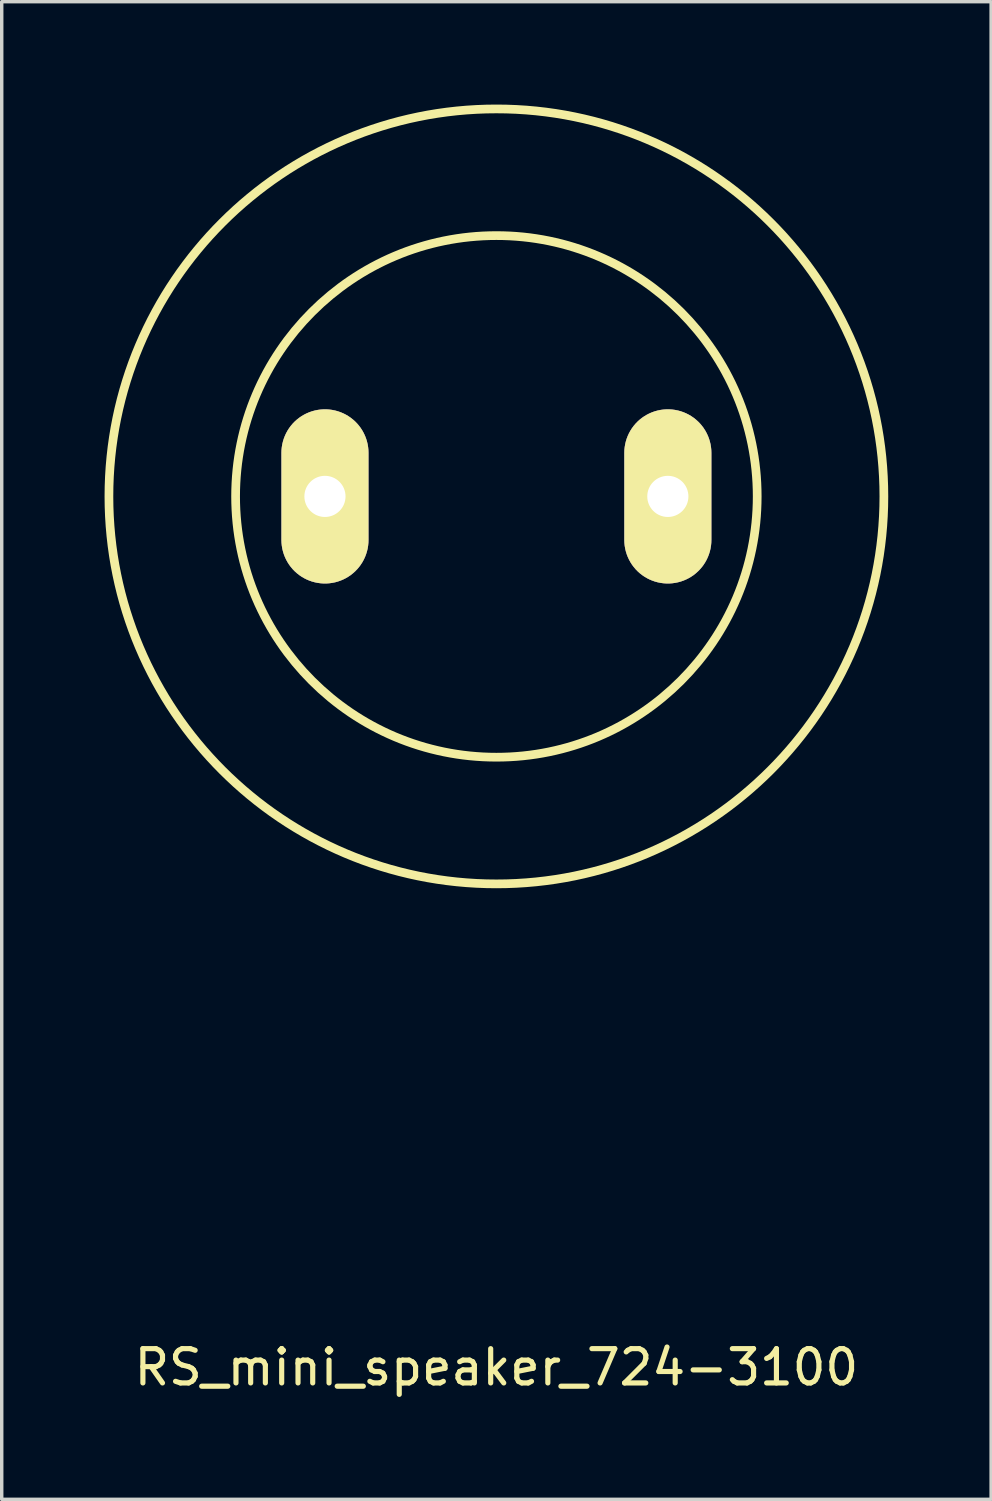
<source format=kicad_pcb>
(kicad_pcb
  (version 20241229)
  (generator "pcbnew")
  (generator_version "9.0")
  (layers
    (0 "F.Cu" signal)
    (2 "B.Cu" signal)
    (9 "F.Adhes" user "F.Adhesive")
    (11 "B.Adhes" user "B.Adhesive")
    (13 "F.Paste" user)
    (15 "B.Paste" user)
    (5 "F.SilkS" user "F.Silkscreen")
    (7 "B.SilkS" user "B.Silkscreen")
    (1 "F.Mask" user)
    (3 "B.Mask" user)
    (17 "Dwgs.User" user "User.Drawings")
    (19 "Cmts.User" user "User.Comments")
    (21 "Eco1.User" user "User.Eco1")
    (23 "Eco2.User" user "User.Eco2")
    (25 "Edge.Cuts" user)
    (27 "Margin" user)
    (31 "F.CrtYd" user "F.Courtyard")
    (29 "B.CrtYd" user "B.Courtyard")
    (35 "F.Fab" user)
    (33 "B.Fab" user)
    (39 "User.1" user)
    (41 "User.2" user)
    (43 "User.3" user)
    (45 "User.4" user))
  (footprint "RS_mini_speaker_724-3100"
    (layer "F.Cu")
    (at 11.427 11.427)
    (property "Reference" "RS_mini_speaker_724-3100" (at 0 25.4 0) (layer "F.SilkS") (effects (font (size 1 1) (thickness 0.15))))
    (attr through_hole)
    (fp_circle (center 0 0) (end 7.6 0.3) (stroke (width 0.254) (type solid)) (fill no) (layer "F.SilkS"))
    (fp_circle (center 0 0) (end 11.3 -0.1) (stroke (width 0.254) (type solid)) (fill no) (layer "F.SilkS"))
    (pad "1" thru_hole oval (at 5 0) (size 2.54 5.08) (drill 1.2) (layers "*.Cu" "*.Mask" "F.SilkS"))
    (pad "2" thru_hole oval (at -5 0) (size 2.54 5.08) (drill 1.2) (layers "*.Cu" "*.Mask" "F.SilkS")))
  (gr_rect
    (start -3 -3)
    (end 25.855 40.676)
    (stroke (width 0.1) (type default))
    (fill no)
    (layer "Edge.Cuts")))
</source>
